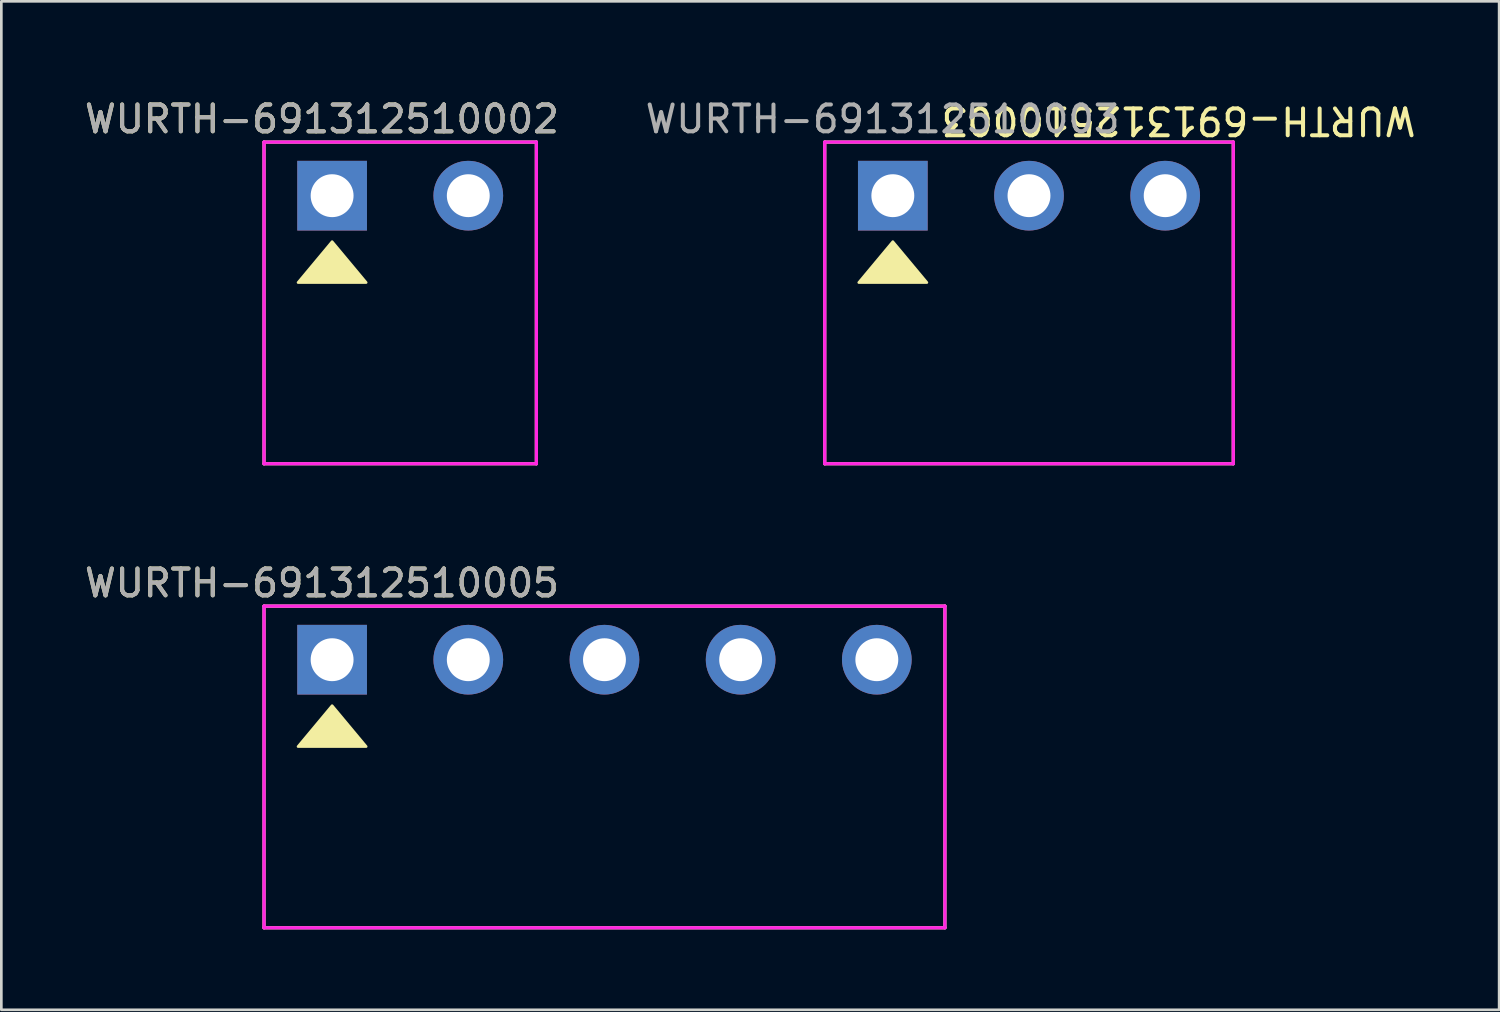
<source format=kicad_pcb>
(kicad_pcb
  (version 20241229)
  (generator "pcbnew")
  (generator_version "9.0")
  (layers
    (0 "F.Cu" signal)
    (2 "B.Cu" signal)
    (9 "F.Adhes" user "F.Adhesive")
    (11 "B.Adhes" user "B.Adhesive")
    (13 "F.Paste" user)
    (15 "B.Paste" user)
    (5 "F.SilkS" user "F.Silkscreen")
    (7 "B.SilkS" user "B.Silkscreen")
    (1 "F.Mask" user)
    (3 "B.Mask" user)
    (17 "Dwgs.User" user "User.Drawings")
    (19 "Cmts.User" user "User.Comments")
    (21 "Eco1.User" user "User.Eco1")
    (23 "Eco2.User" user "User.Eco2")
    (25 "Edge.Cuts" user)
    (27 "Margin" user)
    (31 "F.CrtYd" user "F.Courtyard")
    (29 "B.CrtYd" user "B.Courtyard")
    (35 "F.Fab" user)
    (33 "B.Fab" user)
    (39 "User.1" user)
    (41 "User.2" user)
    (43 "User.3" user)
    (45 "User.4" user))
  (footprint "WURTH-691312510003"
    (layer "F.Cu")
    (at 27.716 0.25)
    (property "Reference" "WURTH-691312510003" (at 13.2 1.2 180) (unlocked yes) (layer "F.SilkS") (effects (font (size 1 1) (thickness 0.15))))
    (attr through_hole)
    (fp_line (start 0 2) (end 15.24 2) (stroke (width 0.12) (type solid)) (layer "F.SilkS"))
    (fp_line (start 0 14) (end 0 2) (stroke (width 0.12) (type solid)) (layer "F.SilkS"))
    (fp_line (start 15.24 14) (end 0 14) (stroke (width 0.12) (type solid)) (layer "F.SilkS"))
    (fp_line (start 15.24 14) (end 15.24 2) (stroke (width 0.12) (type solid)) (layer "F.SilkS"))
    (fp_poly (pts (xy 2.54 5.715) (xy 3.81 7.239) (xy 1.27 7.239)) (stroke (width 0.1) (type solid)) (fill yes) (layer "F.SilkS"))
    (fp_line (start 0 2) (end 15.24 2) (stroke (width 0.12) (type solid)) (layer "F.CrtYd"))
    (fp_line (start 0 14) (end 0 2) (stroke (width 0.12) (type solid)) (layer "F.CrtYd"))
    (fp_line (start 15.24 2) (end 15.24 14) (stroke (width 0.12) (type solid)) (layer "F.CrtYd"))
    (fp_line (start 15.24 14) (end 0 14) (stroke (width 0.12) (type solid)) (layer "F.CrtYd"))
    (fp_text user "${REFERENCE}" (at 2.159 1.143 0) (layer "F.Fab") (effects (font (size 1 1) (thickness 0.15))))
    (pad "1" thru_hole rect (at 2.54 4) (size 2.6 2.6) (drill 1.6) (layers "*.Cu" "*.Mask"))
    (pad "2" thru_hole circle (at 7.62 4) (size 2.6 2.6) (drill 1.6) (layers "*.Cu" "*.Mask"))
    (pad "3" thru_hole circle (at 12.7 4) (size 2.6 2.6) (drill 1.6) (layers "*.Cu" "*.Mask")))
  (footprint "WURTH-691312510002"
    (layer "F.Cu")
    (at 6.799 0.25)
    (property "Reference" "WURTH-691312510002" (at 2.159 1.143 0) (layer "F.SilkS") (effects (font (size 1 1) (thickness 0.15))))
    (attr through_hole)
    (fp_line (start 0 2) (end 10.16 2) (stroke (width 0.12) (type solid)) (layer "F.SilkS"))
    (fp_line (start 0 14) (end 0 2) (stroke (width 0.12) (type solid)) (layer "F.SilkS"))
    (fp_line (start 10.16 14) (end 0 14) (stroke (width 0.12) (type solid)) (layer "F.SilkS"))
    (fp_line (start 10.16 14) (end 10.16 2) (stroke (width 0.12) (type solid)) (layer "F.SilkS"))
    (fp_poly (pts (xy 2.54 5.715) (xy 3.81 7.239) (xy 1.27 7.239)) (stroke (width 0.1) (type solid)) (fill yes) (layer "F.SilkS"))
    (fp_line (start 0 2) (end 10.16 2) (stroke (width 0.12) (type solid)) (layer "F.CrtYd"))
    (fp_line (start 0 14) (end 0 2) (stroke (width 0.12) (type solid)) (layer "F.CrtYd"))
    (fp_line (start 10.16 2) (end 10.16 14) (stroke (width 0.12) (type solid)) (layer "F.CrtYd"))
    (fp_line (start 10.16 14) (end 0 14) (stroke (width 0.12) (type solid)) (layer "F.CrtYd"))
    (fp_text user "${REFERENCE}" (at 2.159 1.143 0) (layer "F.Fab") (effects (font (size 1 1) (thickness 0.15))))
    (pad "1" thru_hole rect (at 2.54 4) (size 2.6 2.6) (drill 1.6) (layers "*.Cu" "*.Mask"))
    (pad "2" thru_hole circle (at 7.62 4) (size 2.6 2.6) (drill 1.6) (layers "*.Cu" "*.Mask")))
  (footprint "WURTH-691312510005"
    (layer "F.Cu")
    (at 6.799 17.56)
    (property "Reference" "WURTH-691312510005" (at 2.159 1.143 0) (layer "F.SilkS") (effects (font (size 1 1) (thickness 0.15))))
    (attr through_hole)
    (fp_line (start 0 2) (end 25.4 2) (stroke (width 0.12) (type solid)) (layer "F.SilkS"))
    (fp_line (start 0 14) (end 0 2) (stroke (width 0.12) (type solid)) (layer "F.SilkS"))
    (fp_line (start 25.4 14) (end 0 14) (stroke (width 0.12) (type solid)) (layer "F.SilkS"))
    (fp_line (start 25.4 14) (end 25.4 2) (stroke (width 0.12) (type solid)) (layer "F.SilkS"))
    (fp_poly (pts (xy 2.54 5.715) (xy 3.81 7.239) (xy 1.27 7.239)) (stroke (width 0.1) (type solid)) (fill yes) (layer "F.SilkS"))
    (fp_line (start 0 2) (end 25.4 2) (stroke (width 0.12) (type solid)) (layer "F.CrtYd"))
    (fp_line (start 0 14) (end 0 2) (stroke (width 0.12) (type solid)) (layer "F.CrtYd"))
    (fp_line (start 25.4 2) (end 25.4 14) (stroke (width 0.12) (type solid)) (layer "F.CrtYd"))
    (fp_line (start 25.4 14) (end 0 14) (stroke (width 0.12) (type solid)) (layer "F.CrtYd"))
    (fp_text user "${REFERENCE}" (at 2.159 1.143 0) (layer "F.Fab") (effects (font (size 1 1) (thickness 0.15))))
    (pad "1" thru_hole rect (at 2.54 4) (size 2.6 2.6) (drill 1.6) (layers "*.Cu" "*.Mask"))
    (pad "2" thru_hole circle (at 7.62 4) (size 2.6 2.6) (drill 1.6) (layers "*.Cu" "*.Mask"))
    (pad "3" thru_hole circle (at 12.7 4) (size 2.6 2.6) (drill 1.6) (layers "*.Cu" "*.Mask"))
    (pad "4" thru_hole circle (at 17.78 4) (size 2.6 2.6) (drill 1.6) (layers "*.Cu" "*.Mask"))
    (pad "5" thru_hole circle (at 22.86 4) (size 2.6 2.6) (drill 1.6) (layers "*.Cu" "*.Mask")))
  (gr_rect
    (start -3 -3)
    (end 52.874 34.62)
    (stroke (width 0.1) (type default))
    (fill no)
    (layer "Edge.Cuts")))
</source>
